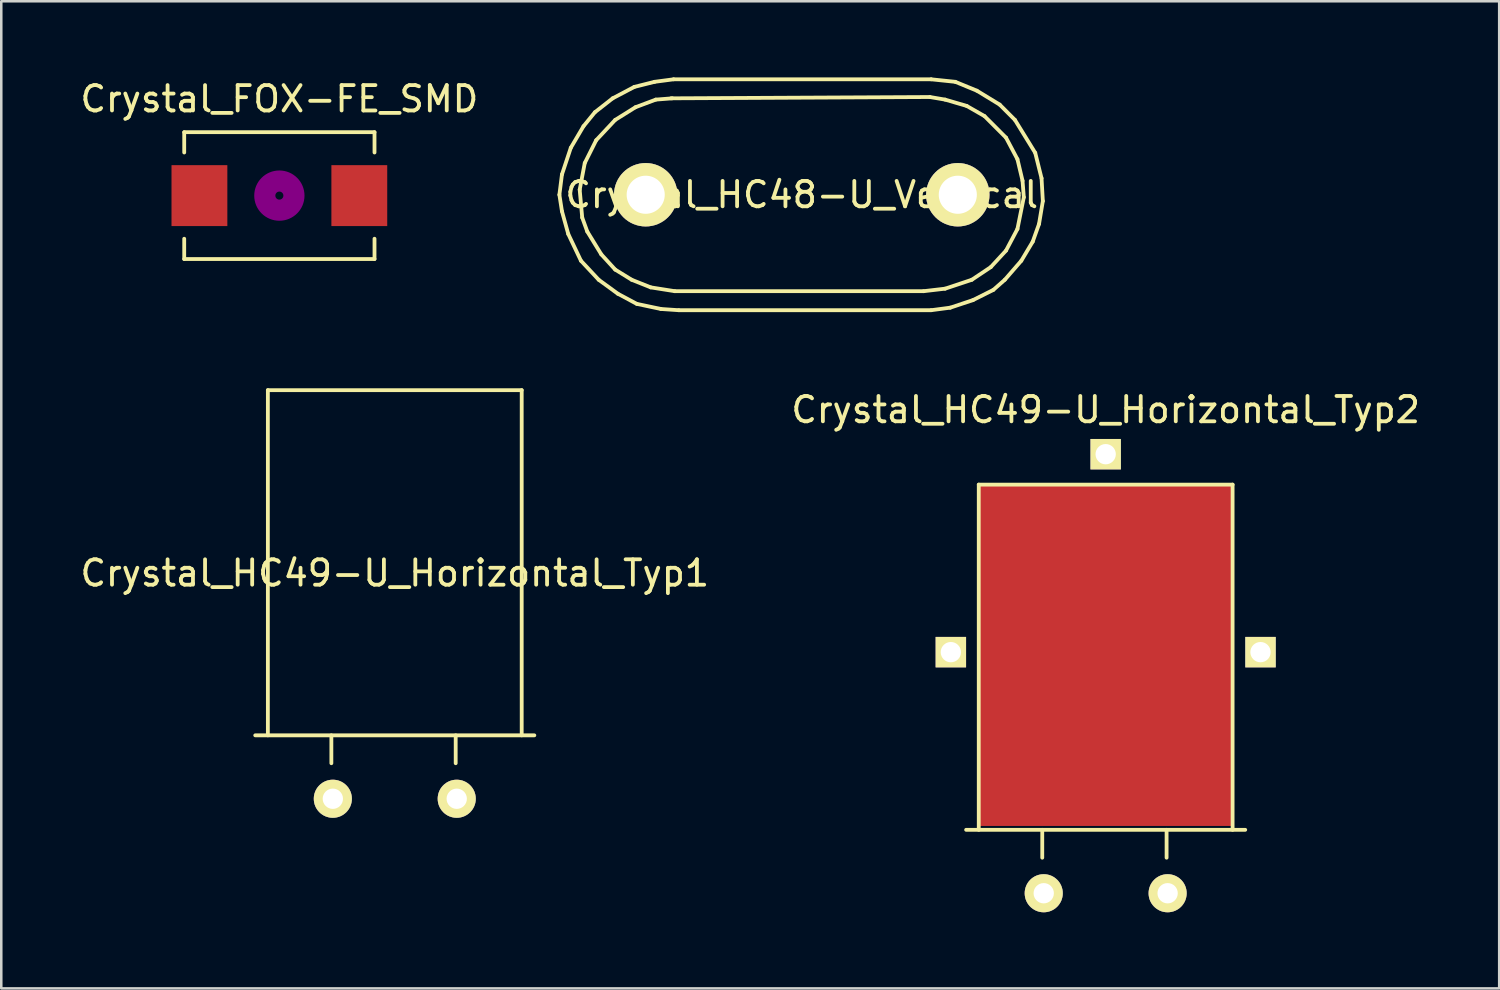
<source format=kicad_pcb>
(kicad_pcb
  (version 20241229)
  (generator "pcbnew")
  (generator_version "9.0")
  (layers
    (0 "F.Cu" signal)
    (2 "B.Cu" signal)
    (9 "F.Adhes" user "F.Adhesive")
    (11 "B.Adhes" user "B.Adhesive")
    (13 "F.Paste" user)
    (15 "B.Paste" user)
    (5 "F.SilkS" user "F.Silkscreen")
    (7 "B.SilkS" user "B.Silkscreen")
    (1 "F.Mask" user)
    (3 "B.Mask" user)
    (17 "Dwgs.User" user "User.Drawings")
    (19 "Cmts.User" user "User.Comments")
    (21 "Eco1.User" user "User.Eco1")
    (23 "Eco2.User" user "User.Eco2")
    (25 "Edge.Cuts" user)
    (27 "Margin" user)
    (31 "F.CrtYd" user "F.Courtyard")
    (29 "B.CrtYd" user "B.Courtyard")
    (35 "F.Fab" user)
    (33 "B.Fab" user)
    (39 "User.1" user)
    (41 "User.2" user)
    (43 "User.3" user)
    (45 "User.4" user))
  (footprint "Crystal_HC49-U_Horizontal_Typ1"
    (layer "F.Cu")
    (at 12.506 28.424)
    (property "Reference" "Crystal_HC49-U_Horizontal_Typ1" (at 0 -8.89 0) (layer "F.SilkS") (effects (font (size 1 1) (thickness 0.15))))
    (attr through_hole)
    (fp_line (start -5.499 -2.499) (end 5.499 -2.499) (stroke (width 0.15) (type solid)) (layer "F.SilkS"))
    (fp_line (start -5.001 -16.101) (end 5.001 -16.101) (stroke (width 0.15) (type solid)) (layer "F.SilkS"))
    (fp_line (start -5.001 -2.499) (end -5.001 -16.101) (stroke (width 0.15) (type solid)) (layer "F.SilkS"))
    (fp_line (start -2.499 -1.4) (end -2.499 -2.499) (stroke (width 0.15) (type solid)) (layer "F.SilkS"))
    (fp_line (start 2.4 -1.4) (end 2.4 -2.499) (stroke (width 0.15) (type solid)) (layer "F.SilkS"))
    (fp_line (start 5.001 -16.101) (end 5.001 -2.499) (stroke (width 0.15) (type solid)) (layer "F.SilkS"))
    (pad "1" thru_hole circle (at -2.441 0) (size 1.501 1.501) (drill 0.8) (layers "*.Cu" "*.Mask" "F.SilkS"))
    (pad "2" thru_hole circle (at 2.441 0) (size 1.501 1.501) (drill 0.8) (layers "*.Cu" "*.Mask" "F.SilkS")))
  (footprint "Crystal_FOX-FE_SMD"
    (layer "F.Cu")
    (at 7.958 4.658)
    (property "Reference" "Crystal_FOX-FE_SMD" (at 0 -3.81 0) (layer "F.SilkS") (effects (font (size 1 1) (thickness 0.15))))
    (attr smd)
    (fp_line (start -3.749 -2.499) (end -3.749 -1.699) (stroke (width 0.15) (type solid)) (layer "F.SilkS"))
    (fp_line (start -3.749 2.499) (end -3.749 1.699) (stroke (width 0.15) (type solid)) (layer "F.SilkS"))
    (fp_line (start -3.749 2.499) (end 3.749 2.499) (stroke (width 0.15) (type solid)) (layer "F.SilkS"))
    (fp_line (start 3.749 -2.499) (end -3.749 -2.499) (stroke (width 0.15) (type solid)) (layer "F.SilkS"))
    (fp_line (start 3.749 -2.499) (end 3.749 -1.699) (stroke (width 0.15) (type solid)) (layer "F.SilkS"))
    (fp_line (start 3.749 2.499) (end 3.749 1.699) (stroke (width 0.15) (type solid)) (layer "F.SilkS"))
    (fp_circle (center 0 0) (end 0.15 -0.051) (stroke (width 0.381) (type solid)) (fill no) (layer "F.Adhes"))
    (fp_circle (center 0 0) (end 0.5 0) (stroke (width 0.381) (type solid)) (fill no) (layer "F.Adhes"))
    (fp_circle (center 0 0) (end 0.8 0) (stroke (width 0.381) (type solid)) (fill no) (layer "F.Adhes"))
    (pad "1" smd rect (at -3.15 0) (size 2.2 2.4) (layers "F.Cu" "F.Mask" "F.Paste"))
    (pad "2" smd rect (at 3.15 0) (size 2.2 2.4) (layers "F.Cu" "F.Mask" "F.Paste")))
  (footprint "Crystal_HC48-U_Vertical"
    (layer "F.Cu")
    (at 28.542 4.624)
    (property "Reference" "Crystal_HC48-U_Vertical" (at 0 0 0) (layer "F.SilkS") (effects (font (size 1 1) (thickness 0.15))))
    (attr through_hole)
    (fp_line (start -9.55 0) (end -9.449 -0.8) (stroke (width 0.15) (type solid)) (layer "F.SilkS"))
    (fp_line (start -9.449 -0.8) (end -9.101 -1.849) (stroke (width 0.15) (type solid)) (layer "F.SilkS"))
    (fp_line (start -9.449 0.65) (end -9.55 0) (stroke (width 0.15) (type solid)) (layer "F.SilkS"))
    (fp_line (start -9.2 1.549) (end -9.449 0.65) (stroke (width 0.15) (type solid)) (layer "F.SilkS"))
    (fp_line (start -9.101 -1.849) (end -8.6 -2.7) (stroke (width 0.15) (type solid)) (layer "F.SilkS"))
    (fp_line (start -8.75 -0.201) (end -8.55 -1.25) (stroke (width 0.15) (type solid)) (layer "F.SilkS"))
    (fp_line (start -8.7 2.601) (end -9.2 1.549) (stroke (width 0.15) (type solid)) (layer "F.SilkS"))
    (fp_line (start -8.651 0.899) (end -8.75 -0.201) (stroke (width 0.15) (type solid)) (layer "F.SilkS"))
    (fp_line (start -8.6 -2.7) (end -8.151 -3.251) (stroke (width 0.15) (type solid)) (layer "F.SilkS"))
    (fp_line (start -8.55 -1.25) (end -8.1 -2.149) (stroke (width 0.15) (type solid)) (layer "F.SilkS"))
    (fp_line (start -8.451 1.45) (end -8.651 0.899) (stroke (width 0.15) (type solid)) (layer "F.SilkS"))
    (fp_line (start -8.151 -3.251) (end -7.45 -3.8) (stroke (width 0.15) (type solid)) (layer "F.SilkS"))
    (fp_line (start -8.1 -2.149) (end -7.351 -2.949) (stroke (width 0.15) (type solid)) (layer "F.SilkS"))
    (fp_line (start -8.001 3.35) (end -8.7 2.601) (stroke (width 0.15) (type solid)) (layer "F.SilkS"))
    (fp_line (start -7.899 2.349) (end -8.451 1.45) (stroke (width 0.15) (type solid)) (layer "F.SilkS"))
    (fp_line (start -7.45 -3.8) (end -6.599 -4.249) (stroke (width 0.15) (type solid)) (layer "F.SilkS"))
    (fp_line (start -7.351 -2.949) (end -6.551 -3.449) (stroke (width 0.15) (type solid)) (layer "F.SilkS"))
    (fp_line (start -7.351 2.949) (end -7.899 2.349) (stroke (width 0.15) (type solid)) (layer "F.SilkS"))
    (fp_line (start -7.249 3.899) (end -8.001 3.35) (stroke (width 0.15) (type solid)) (layer "F.SilkS"))
    (fp_line (start -6.701 3.35) (end -7.351 2.949) (stroke (width 0.15) (type solid)) (layer "F.SilkS"))
    (fp_line (start -6.599 -4.249) (end -5.799 -4.45) (stroke (width 0.15) (type solid)) (layer "F.SilkS"))
    (fp_line (start -6.551 -3.449) (end -5.751 -3.749) (stroke (width 0.15) (type solid)) (layer "F.SilkS"))
    (fp_line (start -6.5 4.3) (end -7.249 3.899) (stroke (width 0.15) (type solid)) (layer "F.SilkS"))
    (fp_line (start -5.951 3.65) (end -6.701 3.35) (stroke (width 0.15) (type solid)) (layer "F.SilkS"))
    (fp_line (start -5.799 -4.45) (end -5.05 -4.549) (stroke (width 0.15) (type solid)) (layer "F.SilkS"))
    (fp_line (start -5.751 -3.749) (end -5.1 -3.8) (stroke (width 0.15) (type solid)) (layer "F.SilkS"))
    (fp_line (start -5.55 4.501) (end -6.5 4.3) (stroke (width 0.15) (type solid)) (layer "F.SilkS"))
    (fp_line (start -5.151 -3.8) (end 5.05 -3.851) (stroke (width 0.15) (type solid)) (layer "F.SilkS"))
    (fp_line (start -5.05 -4.549) (end 5.1 -4.549) (stroke (width 0.15) (type solid)) (layer "F.SilkS"))
    (fp_line (start -5.001 3.8) (end -5.951 3.65) (stroke (width 0.15) (type solid)) (layer "F.SilkS"))
    (fp_line (start -4.849 4.549) (end -5.55 4.501) (stroke (width 0.15) (type solid)) (layer "F.SilkS"))
    (fp_line (start 4.801 3.8) (end -5.001 3.8) (stroke (width 0.15) (type solid)) (layer "F.SilkS"))
    (fp_line (start 5.05 -3.851) (end 5.649 -3.749) (stroke (width 0.15) (type solid)) (layer "F.SilkS"))
    (fp_line (start 5.1 -4.549) (end 6.05 -4.45) (stroke (width 0.15) (type solid)) (layer "F.SilkS"))
    (fp_line (start 5.1 4.549) (end -4.849 4.549) (stroke (width 0.15) (type solid)) (layer "F.SilkS"))
    (fp_line (start 5.649 -3.749) (end 6.5 -3.5) (stroke (width 0.15) (type solid)) (layer "F.SilkS"))
    (fp_line (start 5.649 3.701) (end 4.801 3.8) (stroke (width 0.15) (type solid)) (layer "F.SilkS"))
    (fp_line (start 5.85 4.45) (end 5.1 4.549) (stroke (width 0.15) (type solid)) (layer "F.SilkS"))
    (fp_line (start 6.05 -4.45) (end 6.901 -4.1) (stroke (width 0.15) (type solid)) (layer "F.SilkS"))
    (fp_line (start 6.5 -3.5) (end 7.201 -3.099) (stroke (width 0.15) (type solid)) (layer "F.SilkS"))
    (fp_line (start 6.701 3.35) (end 5.649 3.701) (stroke (width 0.15) (type solid)) (layer "F.SilkS"))
    (fp_line (start 6.749 4.15) (end 5.85 4.45) (stroke (width 0.15) (type solid)) (layer "F.SilkS"))
    (fp_line (start 6.901 -4.1) (end 7.8 -3.551) (stroke (width 0.15) (type solid)) (layer "F.SilkS"))
    (fp_line (start 7.201 -3.099) (end 8.049 -2.25) (stroke (width 0.15) (type solid)) (layer "F.SilkS"))
    (fp_line (start 7.45 2.85) (end 6.701 3.35) (stroke (width 0.15) (type solid)) (layer "F.SilkS"))
    (fp_line (start 7.549 3.749) (end 6.749 4.15) (stroke (width 0.15) (type solid)) (layer "F.SilkS"))
    (fp_line (start 7.8 -3.551) (end 8.4 -2.949) (stroke (width 0.15) (type solid)) (layer "F.SilkS"))
    (fp_line (start 8.001 3.35) (end 7.549 3.749) (stroke (width 0.15) (type solid)) (layer "F.SilkS"))
    (fp_line (start 8.049 -2.25) (end 8.499 -1.4) (stroke (width 0.15) (type solid)) (layer "F.SilkS"))
    (fp_line (start 8.049 2.2) (end 7.45 2.85) (stroke (width 0.15) (type solid)) (layer "F.SilkS"))
    (fp_line (start 8.4 -2.949) (end 9.2 -1.651) (stroke (width 0.15) (type solid)) (layer "F.SilkS"))
    (fp_line (start 8.499 -1.4) (end 8.7 -0.551) (stroke (width 0.15) (type solid)) (layer "F.SilkS"))
    (fp_line (start 8.499 1.349) (end 8.049 2.2) (stroke (width 0.15) (type solid)) (layer "F.SilkS"))
    (fp_line (start 8.651 2.601) (end 8.001 3.35) (stroke (width 0.15) (type solid)) (layer "F.SilkS"))
    (fp_line (start 8.7 -0.551) (end 8.75 0.099) (stroke (width 0.15) (type solid)) (layer "F.SilkS"))
    (fp_line (start 8.75 0.099) (end 8.499 1.349) (stroke (width 0.15) (type solid)) (layer "F.SilkS"))
    (fp_line (start 9.101 1.849) (end 8.651 2.601) (stroke (width 0.15) (type solid)) (layer "F.SilkS"))
    (fp_line (start 9.2 -1.651) (end 9.449 -0.65) (stroke (width 0.15) (type solid)) (layer "F.SilkS"))
    (fp_line (start 9.35 1.151) (end 9.101 1.849) (stroke (width 0.15) (type solid)) (layer "F.SilkS"))
    (fp_line (start 9.449 -0.65) (end 9.5 0.249) (stroke (width 0.15) (type solid)) (layer "F.SilkS"))
    (fp_line (start 9.5 0.249) (end 9.35 1.151) (stroke (width 0.15) (type solid)) (layer "F.SilkS"))
    (pad "1" thru_hole circle (at -6.149 0) (size 2.499 2.499) (drill 1.501) (layers "*.Cu" "*.Mask" "F.SilkS"))
    (pad "2" thru_hole circle (at 6.149 0) (size 2.499 2.499) (drill 1.501) (layers "*.Cu" "*.Mask" "F.SilkS")))
  (footprint "Crystal_HC49-U_Horizontal_Typ2"
    (layer "F.Cu")
    (at 40.518 32.147)
    (property "Reference" "Crystal_HC49-U_Horizontal_Typ2" (at 0 -19.05 0) (layer "F.SilkS") (effects (font (size 1 1) (thickness 0.15))))
    (attr through_hole)
    (fp_line (start -5.499 -2.499) (end 5.499 -2.499) (stroke (width 0.15) (type solid)) (layer "F.SilkS"))
    (fp_line (start -5.001 -16.101) (end 5.001 -16.101) (stroke (width 0.15) (type solid)) (layer "F.SilkS"))
    (fp_line (start -5.001 -2.499) (end -5.001 -16.101) (stroke (width 0.15) (type solid)) (layer "F.SilkS"))
    (fp_line (start -2.499 -1.4) (end -2.499 -2.499) (stroke (width 0.15) (type solid)) (layer "F.SilkS"))
    (fp_line (start 2.4 -1.4) (end 2.4 -2.499) (stroke (width 0.15) (type solid)) (layer "F.SilkS"))
    (fp_line (start 5.001 -16.101) (end 5.001 -2.499) (stroke (width 0.15) (type solid)) (layer "F.SilkS"))
    (pad "1" thru_hole circle (at -2.441 0) (size 1.501 1.501) (drill 0.8) (layers "*.Cu" "*.Mask" "F.SilkS"))
    (pad "2" thru_hole circle (at 2.441 0) (size 1.501 1.501) (drill 0.8) (layers "*.Cu" "*.Mask" "F.SilkS"))
    (pad "3" thru_hole rect (at -6.101 -9.5) (size 1.199 1.199) (drill 0.8) (layers "*.Cu" "*.Mask" "F.SilkS"))
    (pad "3" thru_hole rect (at 0 -17.3) (size 1.199 1.199) (drill 0.8) (layers "*.Cu" "*.Mask" "F.SilkS"))
    (pad "3" smd rect (at 0 -9.401) (size 10 13.5) (layers "F.Cu" "F.Mask" "F.Paste"))
    (pad "3" thru_hole rect (at 6.101 -9.5) (size 1.199 1.199) (drill 0.8) (layers "*.Cu" "*.Mask" "F.SilkS")))
  (gr_rect
    (start -3 -3)
    (end 56.024 35.897)
    (stroke (width 0.1) (type default))
    (fill no)
    (layer "Edge.Cuts")))
</source>
